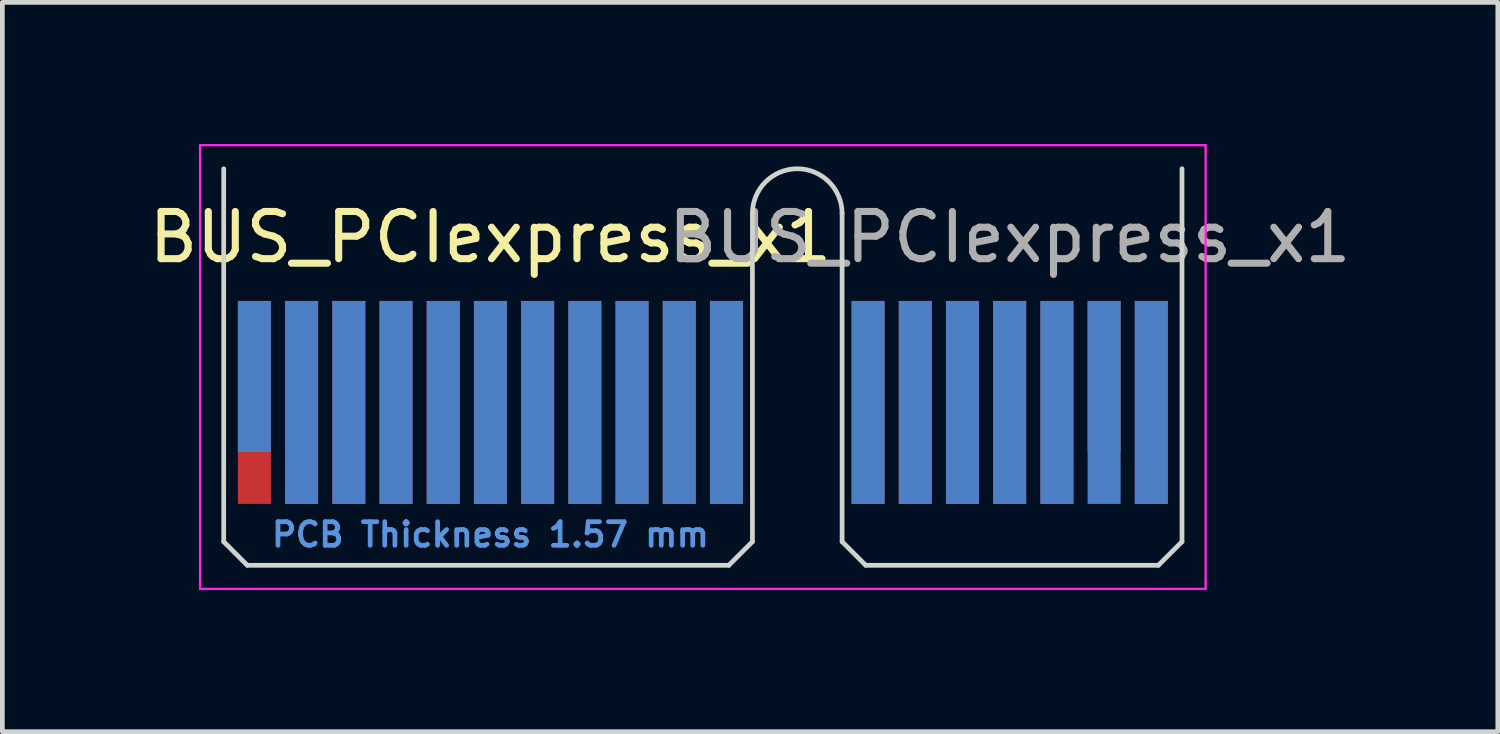
<source format=kicad_pcb>
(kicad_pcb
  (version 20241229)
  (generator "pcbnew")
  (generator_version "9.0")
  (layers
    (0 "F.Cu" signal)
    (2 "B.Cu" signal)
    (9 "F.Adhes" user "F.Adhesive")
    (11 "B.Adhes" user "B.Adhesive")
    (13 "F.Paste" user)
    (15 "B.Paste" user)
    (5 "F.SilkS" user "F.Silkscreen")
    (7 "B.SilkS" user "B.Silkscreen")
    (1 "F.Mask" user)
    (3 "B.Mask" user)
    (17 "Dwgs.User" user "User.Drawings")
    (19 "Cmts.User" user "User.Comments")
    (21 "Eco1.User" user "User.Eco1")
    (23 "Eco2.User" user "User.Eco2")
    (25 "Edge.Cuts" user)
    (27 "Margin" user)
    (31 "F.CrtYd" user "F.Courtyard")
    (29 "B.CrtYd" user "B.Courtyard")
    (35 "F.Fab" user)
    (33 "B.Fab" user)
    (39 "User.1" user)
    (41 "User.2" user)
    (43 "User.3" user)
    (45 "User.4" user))
  (footprint "BUS_PCIexpress_x1"
    (layer "F.Cu")
    (at 2.339 5.475)
    (property "Reference" "BUS_PCIexpress_x1" (at 5 -3.5 0) (layer "F.SilkS") (effects (font (size 1 1) (thickness 0.15))))
    (attr exclude_from_pos_files exclude_from_bom)
    (fp_line (start -0.65 -4.95) (end -0.65 2.95) (stroke (width 0.1) (type solid)) (layer "Edge.Cuts"))
    (fp_line (start -0.65 2.95) (end -0.15 3.45) (stroke (width 0.1) (type solid)) (layer "Edge.Cuts"))
    (fp_line (start -0.15 3.45) (end 10.05 3.45) (stroke (width 0.1) (type solid)) (layer "Edge.Cuts"))
    (fp_line (start 10.55 -4) (end 10.55 2.95) (stroke (width 0.1) (type solid)) (layer "Edge.Cuts"))
    (fp_line (start 10.55 2.95) (end 10.05 3.45) (stroke (width 0.1) (type solid)) (layer "Edge.Cuts"))
    (fp_line (start 12.45 -4) (end 12.45 2.95) (stroke (width 0.1) (type solid)) (layer "Edge.Cuts"))
    (fp_line (start 12.45 2.95) (end 12.95 3.45) (stroke (width 0.1) (type solid)) (layer "Edge.Cuts"))
    (fp_line (start 12.95 3.45) (end 19.15 3.45) (stroke (width 0.1) (type solid)) (layer "Edge.Cuts"))
    (fp_line (start 19.65 -4.95) (end 19.65 2.95) (stroke (width 0.1) (type solid)) (layer "Edge.Cuts"))
    (fp_line (start 19.65 2.95) (end 19.15 3.45) (stroke (width 0.1) (type solid)) (layer "Edge.Cuts"))
    (fp_arc (start 10.55 -4) (mid 11.5 -4.95) (end 12.45 -4) (stroke (width 0.1) (type solid)) (layer "Edge.Cuts"))
    (fp_line (start -1.15 -5.45) (end -1.15 3.95) (stroke (width 0.05) (type solid)) (layer "F.CrtYd"))
    (fp_line (start -1.15 -5.45) (end 20.15 -5.45) (stroke (width 0.05) (type solid)) (layer "F.CrtYd"))
    (fp_line (start 20.15 3.95) (end -1.15 3.95) (stroke (width 0.05) (type solid)) (layer "F.CrtYd"))
    (fp_line (start 20.15 3.95) (end 20.15 -5.45) (stroke (width 0.05) (type solid)) (layer "F.CrtYd"))
    (fp_text user "PCB Thickness 1.57 mm" (at 5 2.8 180) (layer "Cmts.User") (effects (font (size 0.5 0.5) (thickness 0.1))))
    (fp_text user "${REFERENCE}" (at 16 -3.5 0) (layer "F.Fab") (effects (font (size 1 1) (thickness 0.15))))
    (pad "A1" connect rect (at 0 -0.55) (size 0.7 3.2) (layers "B.Cu" "B.Mask"))
    (pad "A2" connect rect (at 1 0) (size 0.7 4.3) (layers "B.Cu" "B.Mask"))
    (pad "A3" connect rect (at 2 0) (size 0.7 4.3) (layers "B.Cu" "B.Mask"))
    (pad "A4" connect rect (at 3 0) (size 0.7 4.3) (layers "B.Cu" "B.Mask"))
    (pad "A5" connect rect (at 4 0) (size 0.7 4.3) (layers "B.Cu" "B.Mask"))
    (pad "A6" connect rect (at 5 0) (size 0.7 4.3) (layers "B.Cu" "B.Mask"))
    (pad "A7" connect rect (at 6 0) (size 0.7 4.3) (layers "B.Cu" "B.Mask"))
    (pad "A8" connect rect (at 7 0) (size 0.7 4.3) (layers "B.Cu" "B.Mask"))
    (pad "A9" connect rect (at 8 0) (size 0.7 4.3) (layers "B.Cu" "B.Mask"))
    (pad "A10" connect rect (at 9 0) (size 0.7 4.3) (layers "B.Cu" "B.Mask"))
    (pad "A11" connect rect (at 10 0) (size 0.7 4.3) (layers "B.Cu" "B.Mask"))
    (pad "A12" connect rect (at 13 0) (size 0.7 4.3) (layers "B.Cu" "B.Mask"))
    (pad "A13" connect rect (at 14 0) (size 0.7 4.3) (layers "B.Cu" "B.Mask"))
    (pad "A14" connect rect (at 15 0) (size 0.7 4.3) (layers "B.Cu" "B.Mask"))
    (pad "A15" connect rect (at 16 0) (size 0.7 4.3) (layers "B.Cu" "B.Mask"))
    (pad "A16" connect rect (at 17 0) (size 0.7 4.3) (layers "B.Cu" "B.Mask"))
    (pad "A17" connect rect (at 18 0) (size 0.7 4.3) (layers "B.Cu" "B.Mask"))
    (pad "A18" connect rect (at 19 0) (size 0.7 4.3) (layers "B.Cu" "B.Mask"))
    (pad "B1" connect rect (at 0 0) (size 0.7 4.3) (layers "F.Cu" "F.Mask"))
    (pad "B2" connect rect (at 1 0) (size 0.7 4.3) (layers "F.Cu" "F.Mask"))
    (pad "B3" connect rect (at 2 0) (size 0.7 4.3) (layers "F.Cu" "F.Mask"))
    (pad "B4" connect rect (at 3 0) (size 0.7 4.3) (layers "F.Cu" "F.Mask"))
    (pad "B5" connect rect (at 4 0) (size 0.7 4.3) (layers "F.Cu" "F.Mask"))
    (pad "B6" connect rect (at 5 0) (size 0.7 4.3) (layers "F.Cu" "F.Mask"))
    (pad "B7" connect rect (at 6 0) (size 0.7 4.3) (layers "F.Cu" "F.Mask"))
    (pad "B8" connect rect (at 7 0) (size 0.7 4.3) (layers "F.Cu" "F.Mask"))
    (pad "B9" connect rect (at 8 0) (size 0.7 4.3) (layers "F.Cu" "F.Mask"))
    (pad "B10" connect rect (at 9 0) (size 0.7 4.3) (layers "F.Cu" "F.Mask"))
    (pad "B11" connect rect (at 10 0) (size 0.7 4.3) (layers "F.Cu" "F.Mask"))
    (pad "B12" connect rect (at 13 0) (size 0.7 4.3) (layers "F.Cu" "F.Mask"))
    (pad "B13" connect rect (at 14 0) (size 0.7 4.3) (layers "F.Cu" "F.Mask"))
    (pad "B14" connect rect (at 15 0) (size 0.7 4.3) (layers "F.Cu" "F.Mask"))
    (pad "B15" connect rect (at 16 0) (size 0.7 4.3) (layers "F.Cu" "F.Mask"))
    (pad "B16" connect rect (at 17 0) (size 0.7 4.3) (layers "F.Cu" "F.Mask"))
    (pad "B17" connect rect (at 18 -0.55) (size 0.7 3.2) (layers "F.Cu" "F.Mask"))
    (pad "B18" connect rect (at 19 0) (size 0.7 4.3) (layers "F.Cu" "F.Mask")))
  (gr_rect
    (start -3 -3)
    (end 28.679 12.45)
    (stroke (width 0.1) (type default))
    (fill no)
    (layer "Edge.Cuts")))
</source>
